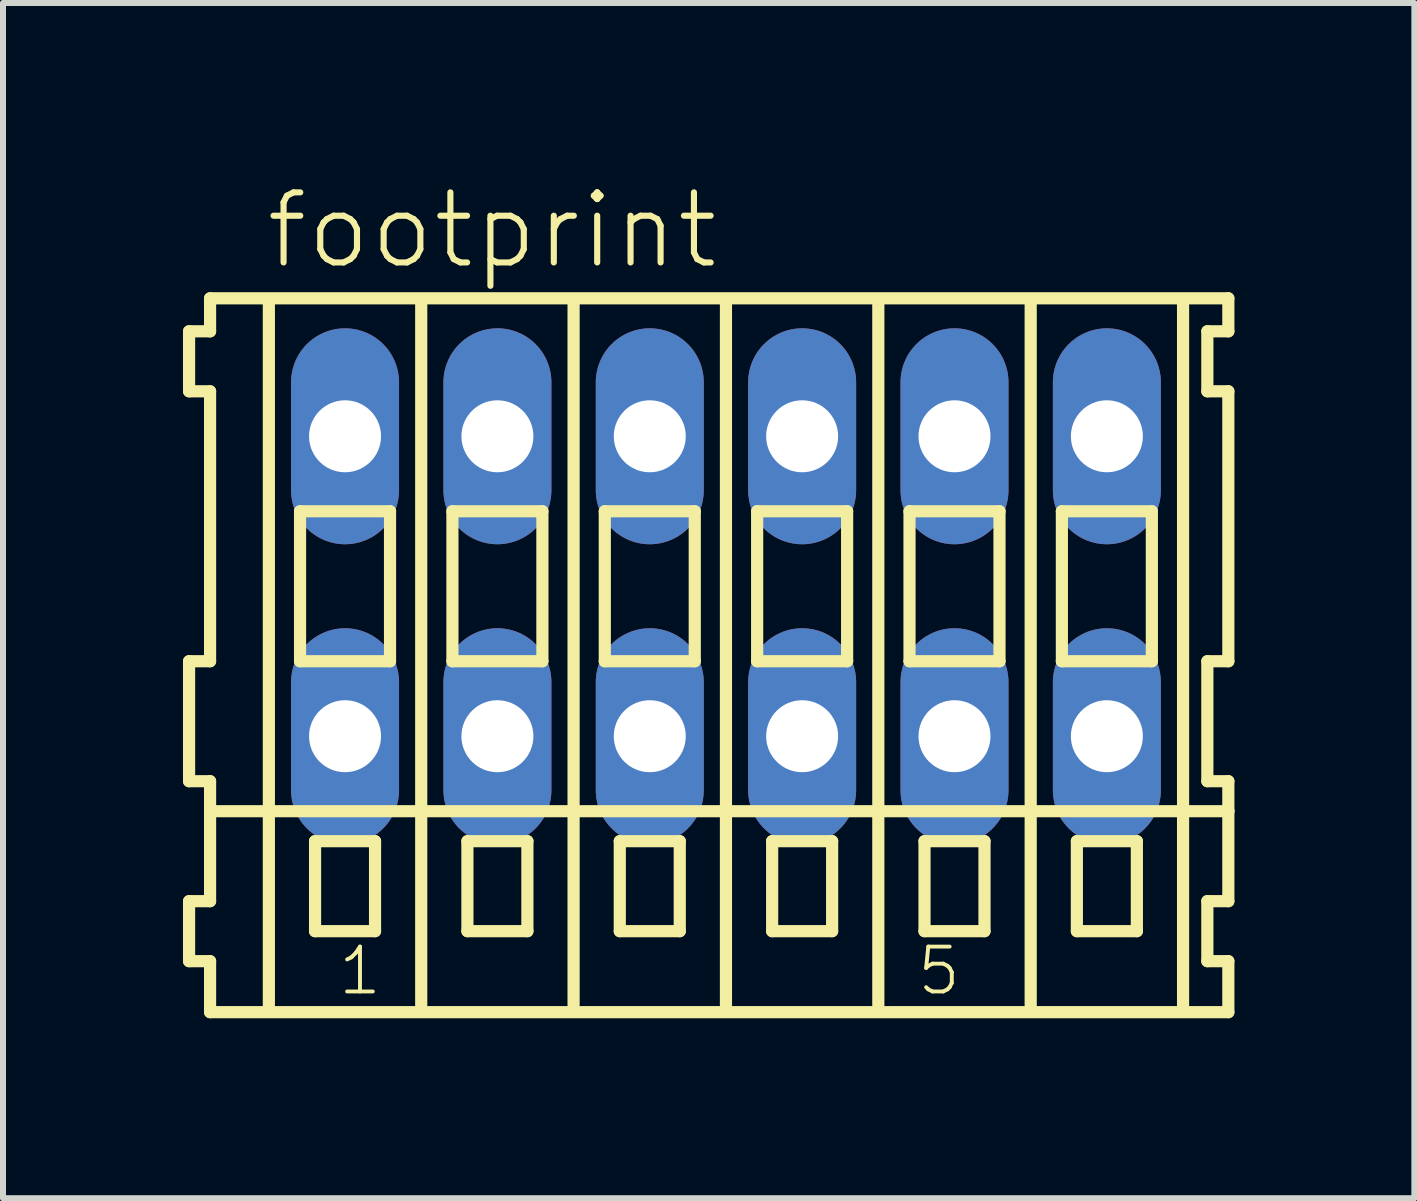
<source format=kicad_pcb>
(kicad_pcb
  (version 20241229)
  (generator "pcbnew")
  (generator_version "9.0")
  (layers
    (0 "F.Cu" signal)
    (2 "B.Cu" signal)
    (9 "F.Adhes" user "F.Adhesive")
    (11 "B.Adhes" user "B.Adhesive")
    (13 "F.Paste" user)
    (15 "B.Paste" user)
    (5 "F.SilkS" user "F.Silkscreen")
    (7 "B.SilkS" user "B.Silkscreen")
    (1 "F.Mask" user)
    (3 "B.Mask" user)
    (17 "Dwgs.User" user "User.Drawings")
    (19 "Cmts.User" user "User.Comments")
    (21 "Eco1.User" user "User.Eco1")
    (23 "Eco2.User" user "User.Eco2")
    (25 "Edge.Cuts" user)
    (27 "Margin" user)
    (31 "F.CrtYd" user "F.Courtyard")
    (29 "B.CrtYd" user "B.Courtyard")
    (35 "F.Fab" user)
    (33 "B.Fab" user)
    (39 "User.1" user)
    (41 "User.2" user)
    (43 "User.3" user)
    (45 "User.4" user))
  (footprint "footprint"
    (layer "F.Cu")
    (at 9.052 6.723)
    (property "Reference" "footprint" (at -7.72 -5.25 0) (layer "F.SilkS") (effects (font (size 1.168 1.168) (thickness 0.102)) (justify left bottom)))
    (fp_line (start -8.95 -4.25) (end -8.95 -3.25) (stroke (width 0.203) (type solid)) (layer "F.SilkS"))
    (fp_line (start -8.95 -3.25) (end -8.6 -3.25) (stroke (width 0.203) (type solid)) (layer "F.SilkS"))
    (fp_line (start -8.95 1.25) (end -8.95 3.25) (stroke (width 0.203) (type solid)) (layer "F.SilkS"))
    (fp_line (start -8.95 3.25) (end -8.6 3.25) (stroke (width 0.203) (type solid)) (layer "F.SilkS"))
    (fp_line (start -8.95 5.25) (end -8.95 6.25) (stroke (width 0.203) (type solid)) (layer "F.SilkS"))
    (fp_line (start -8.95 6.25) (end -8.6 6.25) (stroke (width 0.203) (type solid)) (layer "F.SilkS"))
    (fp_line (start -8.6 -4.8) (end -8.6 -4.25) (stroke (width 0.203) (type solid)) (layer "F.SilkS"))
    (fp_line (start -8.6 -4.25) (end -8.95 -4.25) (stroke (width 0.203) (type solid)) (layer "F.SilkS"))
    (fp_line (start -8.6 -3.25) (end -8.6 1.25) (stroke (width 0.203) (type solid)) (layer "F.SilkS"))
    (fp_line (start -8.6 1.25) (end -8.95 1.25) (stroke (width 0.203) (type solid)) (layer "F.SilkS"))
    (fp_line (start -8.6 3.25) (end -8.6 5.25) (stroke (width 0.203) (type solid)) (layer "F.SilkS"))
    (fp_line (start -8.6 3.75) (end 8.375 3.75) (stroke (width 0.203) (type solid)) (layer "F.SilkS"))
    (fp_line (start -8.6 5.25) (end -8.95 5.25) (stroke (width 0.203) (type solid)) (layer "F.SilkS"))
    (fp_line (start -8.6 6.25) (end -8.6 7.1) (stroke (width 0.203) (type solid)) (layer "F.SilkS"))
    (fp_line (start -8.6 7.1) (end 8.375 7.1) (stroke (width 0.203) (type solid)) (layer "F.SilkS"))
    (fp_line (start -7.62 6.985) (end -7.62 -4.699) (stroke (width 0.203) (type solid)) (layer "F.SilkS"))
    (fp_line (start -7.1 -1.25) (end -7.1 1.25) (stroke (width 0.203) (type solid)) (layer "F.SilkS"))
    (fp_line (start -7.1 1.25) (end -5.6 1.25) (stroke (width 0.203) (type solid)) (layer "F.SilkS"))
    (fp_line (start -6.85 4.25) (end -6.85 5.75) (stroke (width 0.203) (type solid)) (layer "F.SilkS"))
    (fp_line (start -6.85 5.75) (end -5.85 5.75) (stroke (width 0.203) (type solid)) (layer "F.SilkS"))
    (fp_line (start -5.85 4.25) (end -6.85 4.25) (stroke (width 0.203) (type solid)) (layer "F.SilkS"))
    (fp_line (start -5.85 5.75) (end -5.85 4.25) (stroke (width 0.203) (type solid)) (layer "F.SilkS"))
    (fp_line (start -5.6 -1.25) (end -7.1 -1.25) (stroke (width 0.203) (type solid)) (layer "F.SilkS"))
    (fp_line (start -5.6 1.25) (end -5.6 -1.25) (stroke (width 0.203) (type solid)) (layer "F.SilkS"))
    (fp_line (start -5.08 6.985) (end -5.08 -4.699) (stroke (width 0.203) (type solid)) (layer "F.SilkS"))
    (fp_line (start -4.56 -1.25) (end -4.56 1.25) (stroke (width 0.203) (type solid)) (layer "F.SilkS"))
    (fp_line (start -4.56 1.25) (end -3.06 1.25) (stroke (width 0.203) (type solid)) (layer "F.SilkS"))
    (fp_line (start -4.31 4.25) (end -4.31 5.75) (stroke (width 0.203) (type solid)) (layer "F.SilkS"))
    (fp_line (start -4.31 5.75) (end -3.31 5.75) (stroke (width 0.203) (type solid)) (layer "F.SilkS"))
    (fp_line (start -3.31 4.25) (end -4.31 4.25) (stroke (width 0.203) (type solid)) (layer "F.SilkS"))
    (fp_line (start -3.31 5.75) (end -3.31 4.25) (stroke (width 0.203) (type solid)) (layer "F.SilkS"))
    (fp_line (start -3.06 -1.25) (end -4.56 -1.25) (stroke (width 0.203) (type solid)) (layer "F.SilkS"))
    (fp_line (start -3.06 1.25) (end -3.06 -1.25) (stroke (width 0.203) (type solid)) (layer "F.SilkS"))
    (fp_line (start -2.54 6.985) (end -2.54 -4.699) (stroke (width 0.203) (type solid)) (layer "F.SilkS"))
    (fp_line (start -2.02 -1.25) (end -2.02 1.25) (stroke (width 0.203) (type solid)) (layer "F.SilkS"))
    (fp_line (start -2.02 1.25) (end -0.52 1.25) (stroke (width 0.203) (type solid)) (layer "F.SilkS"))
    (fp_line (start -1.77 4.25) (end -1.77 5.75) (stroke (width 0.203) (type solid)) (layer "F.SilkS"))
    (fp_line (start -1.77 5.75) (end -0.77 5.75) (stroke (width 0.203) (type solid)) (layer "F.SilkS"))
    (fp_line (start -0.77 4.25) (end -1.77 4.25) (stroke (width 0.203) (type solid)) (layer "F.SilkS"))
    (fp_line (start -0.77 5.75) (end -0.77 4.25) (stroke (width 0.203) (type solid)) (layer "F.SilkS"))
    (fp_line (start -0.52 -1.25) (end -2.02 -1.25) (stroke (width 0.203) (type solid)) (layer "F.SilkS"))
    (fp_line (start -0.52 1.25) (end -0.52 -1.25) (stroke (width 0.203) (type solid)) (layer "F.SilkS"))
    (fp_line (start 0 6.985) (end 0 -4.699) (stroke (width 0.203) (type solid)) (layer "F.SilkS"))
    (fp_line (start 0.52 -1.25) (end 0.52 1.25) (stroke (width 0.203) (type solid)) (layer "F.SilkS"))
    (fp_line (start 0.52 1.25) (end 2.02 1.25) (stroke (width 0.203) (type solid)) (layer "F.SilkS"))
    (fp_line (start 0.77 4.25) (end 0.77 5.75) (stroke (width 0.203) (type solid)) (layer "F.SilkS"))
    (fp_line (start 0.77 5.75) (end 1.77 5.75) (stroke (width 0.203) (type solid)) (layer "F.SilkS"))
    (fp_line (start 1.77 4.25) (end 0.77 4.25) (stroke (width 0.203) (type solid)) (layer "F.SilkS"))
    (fp_line (start 1.77 5.75) (end 1.77 4.25) (stroke (width 0.203) (type solid)) (layer "F.SilkS"))
    (fp_line (start 2.02 -1.25) (end 0.52 -1.25) (stroke (width 0.203) (type solid)) (layer "F.SilkS"))
    (fp_line (start 2.02 1.25) (end 2.02 -1.25) (stroke (width 0.203) (type solid)) (layer "F.SilkS"))
    (fp_line (start 2.54 6.985) (end 2.54 -4.699) (stroke (width 0.203) (type solid)) (layer "F.SilkS"))
    (fp_line (start 3.06 -1.25) (end 3.06 1.25) (stroke (width 0.203) (type solid)) (layer "F.SilkS"))
    (fp_line (start 3.06 1.25) (end 4.56 1.25) (stroke (width 0.203) (type solid)) (layer "F.SilkS"))
    (fp_line (start 3.31 4.25) (end 3.31 5.75) (stroke (width 0.203) (type solid)) (layer "F.SilkS"))
    (fp_line (start 3.31 5.75) (end 4.31 5.75) (stroke (width 0.203) (type solid)) (layer "F.SilkS"))
    (fp_line (start 4.31 4.25) (end 3.31 4.25) (stroke (width 0.203) (type solid)) (layer "F.SilkS"))
    (fp_line (start 4.31 5.75) (end 4.31 4.25) (stroke (width 0.203) (type solid)) (layer "F.SilkS"))
    (fp_line (start 4.56 -1.25) (end 3.06 -1.25) (stroke (width 0.203) (type solid)) (layer "F.SilkS"))
    (fp_line (start 4.56 1.25) (end 4.56 -1.25) (stroke (width 0.203) (type solid)) (layer "F.SilkS"))
    (fp_line (start 5.08 6.985) (end 5.08 -4.699) (stroke (width 0.203) (type solid)) (layer "F.SilkS"))
    (fp_line (start 5.6 -1.25) (end 5.6 1.25) (stroke (width 0.203) (type solid)) (layer "F.SilkS"))
    (fp_line (start 5.6 1.25) (end 7.1 1.25) (stroke (width 0.203) (type solid)) (layer "F.SilkS"))
    (fp_line (start 5.85 4.25) (end 5.85 5.75) (stroke (width 0.203) (type solid)) (layer "F.SilkS"))
    (fp_line (start 5.85 5.75) (end 6.85 5.75) (stroke (width 0.203) (type solid)) (layer "F.SilkS"))
    (fp_line (start 6.85 4.25) (end 5.85 4.25) (stroke (width 0.203) (type solid)) (layer "F.SilkS"))
    (fp_line (start 6.85 5.75) (end 6.85 4.25) (stroke (width 0.203) (type solid)) (layer "F.SilkS"))
    (fp_line (start 7.1 -1.25) (end 5.6 -1.25) (stroke (width 0.203) (type solid)) (layer "F.SilkS"))
    (fp_line (start 7.1 1.25) (end 7.1 -1.25) (stroke (width 0.203) (type solid)) (layer "F.SilkS"))
    (fp_line (start 7.62 6.985) (end 7.62 -4.699) (stroke (width 0.203) (type solid)) (layer "F.SilkS"))
    (fp_line (start 8.025 -4.25) (end 8.025 -3.25) (stroke (width 0.203) (type solid)) (layer "F.SilkS"))
    (fp_line (start 8.025 -3.25) (end 8.375 -3.25) (stroke (width 0.203) (type solid)) (layer "F.SilkS"))
    (fp_line (start 8.025 1.25) (end 8.025 3.25) (stroke (width 0.203) (type solid)) (layer "F.SilkS"))
    (fp_line (start 8.025 3.25) (end 8.375 3.25) (stroke (width 0.203) (type solid)) (layer "F.SilkS"))
    (fp_line (start 8.025 5.25) (end 8.025 6.25) (stroke (width 0.203) (type solid)) (layer "F.SilkS"))
    (fp_line (start 8.025 6.25) (end 8.375 6.25) (stroke (width 0.203) (type solid)) (layer "F.SilkS"))
    (fp_line (start 8.375 -4.8) (end -8.6 -4.8) (stroke (width 0.203) (type solid)) (layer "F.SilkS"))
    (fp_line (start 8.375 -4.25) (end 8.025 -4.25) (stroke (width 0.203) (type solid)) (layer "F.SilkS"))
    (fp_line (start 8.375 -4.25) (end 8.375 -4.8) (stroke (width 0.203) (type solid)) (layer "F.SilkS"))
    (fp_line (start 8.375 1.25) (end 8.025 1.25) (stroke (width 0.203) (type solid)) (layer "F.SilkS"))
    (fp_line (start 8.375 1.25) (end 8.375 -3.25) (stroke (width 0.203) (type solid)) (layer "F.SilkS"))
    (fp_line (start 8.375 3.75) (end 8.375 3.25) (stroke (width 0.203) (type solid)) (layer "F.SilkS"))
    (fp_line (start 8.375 5.25) (end 8.025 5.25) (stroke (width 0.203) (type solid)) (layer "F.SilkS"))
    (fp_line (start 8.375 5.25) (end 8.375 3.75) (stroke (width 0.203) (type solid)) (layer "F.SilkS"))
    (fp_line (start 8.375 7.1) (end 8.375 6.25) (stroke (width 0.203) (type solid)) (layer "F.SilkS"))
    (fp_text user "5" (at 3.152 6.85 0) (layer "F.SilkS") (effects (font (size 0.748 0.748) (thickness 0.065)) (justify left bottom)))
    (fp_text user "1" (at -6.5 6.85 0) (layer "F.SilkS") (effects (font (size 0.748 0.748) (thickness 0.065)) (justify left bottom)))
    (pad "A1" thru_hole oval (at -6.35 -2.5 90) (size 3.6 1.8) (drill 1.2) (layers "*.Cu" "*.Mask"))
    (pad "A2" thru_hole oval (at -3.81 -2.5 90) (size 3.6 1.8) (drill 1.2) (layers "*.Cu" "*.Mask"))
    (pad "A3" thru_hole oval (at -1.27 -2.5 90) (size 3.6 1.8) (drill 1.2) (layers "*.Cu" "*.Mask"))
    (pad "A4" thru_hole oval (at 1.27 -2.5 90) (size 3.6 1.8) (drill 1.2) (layers "*.Cu" "*.Mask"))
    (pad "A5" thru_hole oval (at 3.81 -2.5 90) (size 3.6 1.8) (drill 1.2) (layers "*.Cu" "*.Mask"))
    (pad "A6" thru_hole oval (at 6.35 -2.5 90) (size 3.6 1.8) (drill 1.2) (layers "*.Cu" "*.Mask"))
    (pad "B1" thru_hole oval (at -6.35 2.5 90) (size 3.6 1.8) (drill 1.2) (layers "*.Cu" "*.Mask"))
    (pad "B2" thru_hole oval (at -3.81 2.5 90) (size 3.6 1.8) (drill 1.2) (layers "*.Cu" "*.Mask"))
    (pad "B3" thru_hole oval (at -1.27 2.5 90) (size 3.6 1.8) (drill 1.2) (layers "*.Cu" "*.Mask"))
    (pad "B4" thru_hole oval (at 1.27 2.5 90) (size 3.6 1.8) (drill 1.2) (layers "*.Cu" "*.Mask"))
    (pad "B5" thru_hole oval (at 3.81 2.5 90) (size 3.6 1.8) (drill 1.2) (layers "*.Cu" "*.Mask"))
    (pad "B6" thru_hole oval (at 6.35 2.5 90) (size 3.6 1.8) (drill 1.2) (layers "*.Cu" "*.Mask")))
  (gr_rect
    (start -3 -3)
    (end 20.528 16.925)
    (stroke (width 0.1) (type default))
    (fill no)
    (layer "Edge.Cuts")))
</source>
